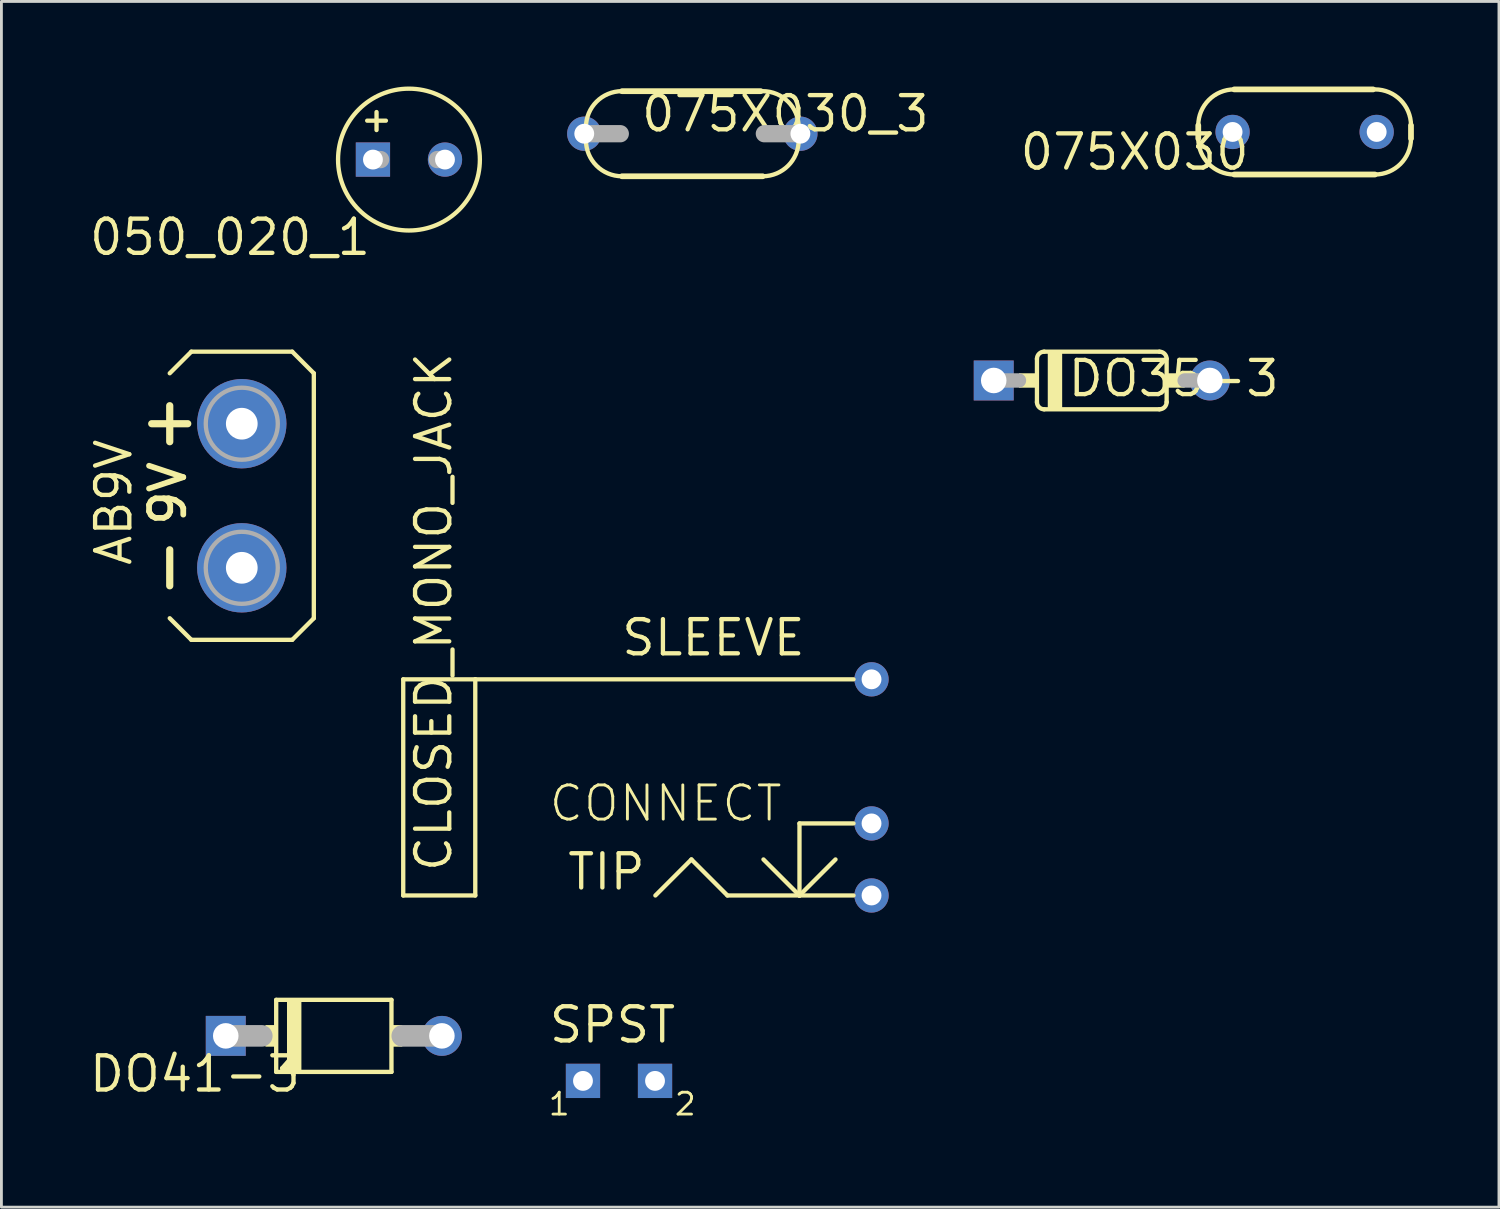
<source format=kicad_pcb>
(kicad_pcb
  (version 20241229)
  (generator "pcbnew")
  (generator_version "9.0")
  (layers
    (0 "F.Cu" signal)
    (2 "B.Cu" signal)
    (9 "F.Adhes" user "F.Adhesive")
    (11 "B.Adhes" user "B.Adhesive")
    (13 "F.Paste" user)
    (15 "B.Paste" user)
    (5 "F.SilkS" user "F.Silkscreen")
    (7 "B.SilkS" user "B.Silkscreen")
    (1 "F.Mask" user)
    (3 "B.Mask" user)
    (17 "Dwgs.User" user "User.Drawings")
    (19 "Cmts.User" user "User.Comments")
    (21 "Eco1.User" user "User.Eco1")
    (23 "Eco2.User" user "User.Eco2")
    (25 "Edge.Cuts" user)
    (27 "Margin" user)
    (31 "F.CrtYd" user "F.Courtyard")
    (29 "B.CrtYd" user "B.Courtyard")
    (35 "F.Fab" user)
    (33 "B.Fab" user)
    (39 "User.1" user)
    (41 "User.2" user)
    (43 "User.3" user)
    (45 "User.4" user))
  (footprint "075X030"
    (layer "F.Cu")
    (at 42.945 1.602)
    (property "Reference" "075X030" (at -1.874 0 0) (layer "F.SilkS") (effects (font (size 1.206 1.206) (thickness 0.152)) (justify right top)))
    (attr through_hole)
    (fp_line (start -3.75 -0.23) (end -3.75 0.23) (stroke (width 0.203) (type solid)) (layer "F.SilkS"))
    (fp_line (start -2.48 1.5) (end 2.48 1.5) (stroke (width 0.203) (type solid)) (layer "F.SilkS"))
    (fp_line (start 2.413 -1.5) (end -2.48 -1.5) (stroke (width 0.203) (type solid)) (layer "F.SilkS"))
    (fp_line (start 3.75 0.23) (end 3.75 -0.23) (stroke (width 0.203) (type solid)) (layer "F.SilkS"))
    (fp_arc (start -3.750001 -0.229999) (mid -3.378026 -1.128025) (end -2.48 -1.5) (stroke (width 0.1524) (type solid)) (layer "F.SilkS"))
    (fp_arc (start -2.479999 1.499999) (mid -3.378025 1.128025) (end -3.75 0.23) (stroke (width 0.1524) (type solid)) (layer "F.SilkS"))
    (fp_arc (start 2.479999 -1.499999) (mid 3.378025 -1.128025) (end 3.75 -0.23) (stroke (width 0.1524) (type solid)) (layer "F.SilkS"))
    (fp_arc (start 3.750001 0.229999) (mid 3.378026 1.128025) (end 2.48 1.5) (stroke (width 0.1524) (type solid)) (layer "F.SilkS"))
    (fp_line (start -2.54 0) (end -2.565 0) (stroke (width 0.61) (type solid)) (layer "F.Fab"))
    (fp_line (start 2.54 0) (end 2.565 0) (stroke (width 0.61) (type solid)) (layer "F.Fab"))
    (pad "1" thru_hole circle (at -2.54 0) (size 1.208 1.208) (drill 0.7) (layers "*.Cu" "*.Mask"))
    (pad "2" thru_hole circle (at 2.54 0) (size 1.208 1.208) (drill 0.7) (layers "*.Cu" "*.Mask")))
  (footprint "050_020_1"
    (layer "F.Cu")
    (at 11.368 2.576)
    (property "Reference" "050_020_1" (at -1.27 2.032 0) (layer "F.SilkS") (effects (font (size 1.206 1.206) (thickness 0.152)) (justify right top)))
    (attr through_hole)
    (fp_line (start -1.143 -1.676) (end -1.143 -1.041) (stroke (width 0.152) (type solid)) (layer "F.SilkS"))
    (fp_line (start -0.813 -1.372) (end -1.473 -1.372) (stroke (width 0.152) (type solid)) (layer "F.SilkS"))
    (fp_circle (center 0 0) (end 2.5 0) (stroke (width 0.152) (type solid)) (fill no) (layer "F.SilkS"))
    (fp_line (start -1 0) (end -1.25 0) (stroke (width 0.61) (type solid)) (layer "F.Fab"))
    (fp_line (start 1 0) (end 1.25 0) (stroke (width 0.61) (type solid)) (layer "F.Fab"))
    (pad "+" thru_hole rect (at -1.27 0) (size 1.208 1.208) (drill 0.7) (layers "*.Cu" "*.Mask"))
    (pad "-" thru_hole circle (at 1.27 0) (size 1.208 1.208) (drill 0.7) (layers "*.Cu" "*.Mask")))
  (footprint "075X030_3"
    (layer "F.Cu")
    (at 21.358 1.664)
    (property "Reference" "075X030_3" (at -1.874 0 0) (layer "F.SilkS") (effects (font (size 1.206 1.206) (thickness 0.152)) (justify left bottom)))
    (attr through_hole)
    (fp_line (start -3.75 -0.23) (end -3.75 0.23) (stroke (width 0.203) (type solid)) (layer "F.SilkS"))
    (fp_line (start -2.48 1.5) (end 2.48 1.5) (stroke (width 0.203) (type solid)) (layer "F.SilkS"))
    (fp_line (start 2.413 -1.5) (end -2.48 -1.5) (stroke (width 0.203) (type solid)) (layer "F.SilkS"))
    (fp_line (start 3.75 0.23) (end 3.75 -0.23) (stroke (width 0.203) (type solid)) (layer "F.SilkS"))
    (fp_arc (start -3.750001 -0.229999) (mid -3.378026 -1.128025) (end -2.48 -1.5) (stroke (width 0.1524) (type solid)) (layer "F.SilkS"))
    (fp_arc (start -2.479999 1.499999) (mid -3.378025 1.128025) (end -3.75 0.23) (stroke (width 0.1524) (type solid)) (layer "F.SilkS"))
    (fp_arc (start 2.479999 -1.499999) (mid 3.378025 -1.128025) (end 3.75 -0.23) (stroke (width 0.1524) (type solid)) (layer "F.SilkS"))
    (fp_arc (start 3.750001 0.229999) (mid 3.378026 1.128025) (end 2.48 1.5) (stroke (width 0.1524) (type solid)) (layer "F.SilkS"))
    (fp_line (start -2.54 0) (end -3.835 0) (stroke (width 0.61) (type solid)) (layer "F.Fab"))
    (fp_line (start 2.54 0) (end 3.835 0) (stroke (width 0.61) (type solid)) (layer "F.Fab"))
    (pad "1" thru_hole circle (at -3.81 0) (size 1.208 1.208) (drill 0.7) (layers "*.Cu" "*.Mask"))
    (pad "2" thru_hole circle (at 3.81 0) (size 1.208 1.208) (drill 0.7) (layers "*.Cu" "*.Mask")))
  (footprint "AB9V"
    (layer "F.Cu")
    (at 5.474 14.428)
    (property "Reference" "AB9V" (at -3.81 2.54 90) (layer "F.SilkS") (effects (font (size 1.206 1.206) (thickness 0.152)) (justify left bottom)))
    (attr through_hole)
    (fp_line (start -2.54 -4.318) (end -1.778 -5.08) (stroke (width 0.152) (type solid)) (layer "F.SilkS"))
    (fp_line (start -2.54 -1.905) (end -2.54 -3.175) (stroke (width 0.254) (type solid)) (layer "F.SilkS"))
    (fp_line (start -2.54 3.175) (end -2.54 1.905) (stroke (width 0.254) (type solid)) (layer "F.SilkS"))
    (fp_line (start -2.54 4.318) (end -1.778 5.08) (stroke (width 0.152) (type solid)) (layer "F.SilkS"))
    (fp_line (start -1.905 -2.54) (end -3.175 -2.54) (stroke (width 0.254) (type solid)) (layer "F.SilkS"))
    (fp_line (start -1.778 -5.08) (end 1.778 -5.08) (stroke (width 0.152) (type solid)) (layer "F.SilkS"))
    (fp_line (start 1.778 5.08) (end -1.778 5.08) (stroke (width 0.152) (type solid)) (layer "F.SilkS"))
    (fp_line (start 1.778 5.08) (end 2.54 4.318) (stroke (width 0.152) (type solid)) (layer "F.SilkS"))
    (fp_line (start 2.54 -4.318) (end 1.778 -5.08) (stroke (width 0.152) (type solid)) (layer "F.SilkS"))
    (fp_line (start 2.54 -4.318) (end 2.54 4.318) (stroke (width 0.152) (type solid)) (layer "F.SilkS"))
    (fp_circle (center 0 -2.54) (end 1.27 -2.54) (stroke (width 0.152) (type solid)) (fill no) (layer "F.Fab"))
    (fp_circle (center 0 2.54) (end 1.27 2.54) (stroke (width 0.152) (type solid)) (fill no) (layer "F.Fab"))
    (fp_text user "9V" (at -1.905 1.143 90) (layer "F.SilkS") (effects (font (size 1.206 1.206) (thickness 0.203)) (justify left bottom)))
    (pad "+" thru_hole circle (at 0 -2.54) (size 3.15 3.15) (drill 1.118) (layers "*.Cu" "*.Mask"))
    (pad "-" thru_hole circle (at 0 2.54) (size 3.15 3.15) (drill 1.118) (layers "*.Cu" "*.Mask")))
  (footprint "DO41-3"
    (layer "F.Cu")
    (at 8.719 33.47)
    (property "Reference" "DO41-3" (at -1.092 0.635 0) (layer "F.SilkS") (effects (font (size 1.206 1.206) (thickness 0.152)) (justify right top)))
    (attr through_hole)
    (fp_line (start -2.032 -1.27) (end -2.032 1.27) (stroke (width 0.152) (type solid)) (layer "F.SilkS"))
    (fp_line (start -2.032 -1.27) (end 2.032 -1.27) (stroke (width 0.152) (type solid)) (layer "F.SilkS"))
    (fp_line (start 2.032 1.27) (end -2.032 1.27) (stroke (width 0.152) (type solid)) (layer "F.SilkS"))
    (fp_line (start 2.032 1.27) (end 2.032 -1.27) (stroke (width 0.152) (type solid)) (layer "F.SilkS"))
    (fp_poly (pts (xy -2.413 0.381) (xy -2.032 0.381) (xy -2.032 -0.381) (xy -2.413 -0.381)) (stroke (width 0) (type solid)) (fill yes) (layer "F.SilkS"))
    (fp_poly (pts (xy -1.651 1.27) (xy -1.143 1.27) (xy -1.143 -1.27) (xy -1.651 -1.27)) (stroke (width 0) (type solid)) (fill yes) (layer "F.SilkS"))
    (fp_poly (pts (xy 2.032 0.381) (xy 2.413 0.381) (xy 2.413 -0.381) (xy 2.032 -0.381)) (stroke (width 0) (type solid)) (fill yes) (layer "F.SilkS"))
    (fp_line (start -3.81 0) (end -2.54 0) (stroke (width 0.762) (type solid)) (layer "F.Fab"))
    (fp_line (start 3.81 0) (end 2.413 0) (stroke (width 0.762) (type solid)) (layer "F.Fab"))
    (pad "A" thru_hole circle (at 3.81 0) (size 1.408 1.408) (drill 0.9) (layers "*.Cu" "*.Mask"))
    (pad "C" thru_hole rect (at -3.81 0) (size 1.408 1.408) (drill 0.9) (layers "*.Cu" "*.Mask")))
  (footprint "DO35-3"
    (layer "F.Cu")
    (at 35.794 10.364)
    (property "Reference" "DO35-3" (at -1.27 0.635 0) (layer "F.SilkS") (effects (font (size 1.206 1.206) (thickness 0.152)) (justify left bottom)))
    (attr through_hole)
    (fp_line (start -2.286 -0.762) (end -2.286 0.762) (stroke (width 0.152) (type solid)) (layer "F.SilkS"))
    (fp_line (start -2.032 -1.016) (end 2.032 -1.016) (stroke (width 0.152) (type solid)) (layer "F.SilkS"))
    (fp_line (start -2.032 1.016) (end 2.032 1.016) (stroke (width 0.152) (type solid)) (layer "F.SilkS"))
    (fp_line (start 2.286 -0.762) (end 2.286 0.762) (stroke (width 0.152) (type solid)) (layer "F.SilkS"))
    (fp_arc (start -2.286 -0.762) (mid -2.211605 -0.941605) (end -2.032 -1.016) (stroke (width 0.1524) (type solid)) (layer "F.SilkS"))
    (fp_arc (start -2.032 1.016) (mid -2.211605 0.941605) (end -2.286 0.762) (stroke (width 0.1524) (type solid)) (layer "F.SilkS"))
    (fp_arc (start 2.032 -1.016) (mid 2.211605 -0.941605) (end 2.286 -0.762) (stroke (width 0.1524) (type solid)) (layer "F.SilkS"))
    (fp_arc (start 2.286 0.762) (mid 2.211605 0.941605) (end 2.032 1.016) (stroke (width 0.1524) (type solid)) (layer "F.SilkS"))
    (fp_poly (pts (xy -2.921 0.254) (xy -2.286 0.254) (xy -2.286 -0.254) (xy -2.921 -0.254)) (stroke (width 0) (type solid)) (fill yes) (layer "F.SilkS"))
    (fp_poly (pts (xy -1.905 1.016) (xy -1.397 1.016) (xy -1.397 -1.016) (xy -1.905 -1.016)) (stroke (width 0) (type solid)) (fill yes) (layer "F.SilkS"))
    (fp_poly (pts (xy 2.286 0.254) (xy 2.921 0.254) (xy 2.921 -0.254) (xy 2.286 -0.254)) (stroke (width 0) (type solid)) (fill yes) (layer "F.SilkS"))
    (fp_line (start -3.81 0) (end -2.921 0) (stroke (width 0.508) (type solid)) (layer "F.Fab"))
    (fp_line (start 3.81 0) (end 2.921 0) (stroke (width 0.508) (type solid)) (layer "F.Fab"))
    (pad "A" thru_hole circle (at 3.81 0) (size 1.408 1.408) (drill 0.9) (layers "*.Cu" "*.Mask"))
    (pad "C" thru_hole rect (at -3.81 0) (size 1.408 1.408) (drill 0.9) (layers "*.Cu" "*.Mask")))
  (footprint "CLOSED_MONO_JACK"
    (layer "F.Cu")
    (at 20.056 24.71)
    (property "Reference" "CLOSED_MONO_JACK" (at -7.112 3.048 90) (layer "F.SilkS") (effects (font (size 1.206 1.206) (thickness 0.152)) (justify left bottom)))
    (attr through_hole)
    (fp_line (start -8.89 -3.81) (end -6.35 -3.81) (stroke (width 0.152) (type solid)) (layer "F.SilkS"))
    (fp_line (start -8.89 3.81) (end -8.89 -3.81) (stroke (width 0.152) (type solid)) (layer "F.SilkS"))
    (fp_line (start -6.35 -3.81) (end -6.35 3.81) (stroke (width 0.152) (type solid)) (layer "F.SilkS"))
    (fp_line (start -6.35 -3.81) (end 6.985 -3.81) (stroke (width 0.152) (type solid)) (layer "F.SilkS"))
    (fp_line (start -6.35 3.81) (end -8.89 3.81) (stroke (width 0.152) (type solid)) (layer "F.SilkS"))
    (fp_line (start 0 3.81) (end 1.27 2.54) (stroke (width 0.152) (type solid)) (layer "F.SilkS"))
    (fp_line (start 1.27 2.54) (end 2.54 3.81) (stroke (width 0.152) (type solid)) (layer "F.SilkS"))
    (fp_line (start 2.54 3.81) (end 5.08 3.81) (stroke (width 0.152) (type solid)) (layer "F.SilkS"))
    (fp_line (start 3.81 2.54) (end 5.08 3.81) (stroke (width 0.152) (type solid)) (layer "F.SilkS"))
    (fp_line (start 5.08 1.27) (end 6.985 1.27) (stroke (width 0.152) (type solid)) (layer "F.SilkS"))
    (fp_line (start 5.08 3.81) (end 5.08 1.27) (stroke (width 0.152) (type solid)) (layer "F.SilkS"))
    (fp_line (start 5.08 3.81) (end 6.35 2.54) (stroke (width 0.152) (type solid)) (layer "F.SilkS"))
    (fp_line (start 5.08 3.81) (end 6.985 3.81) (stroke (width 0.152) (type solid)) (layer "F.SilkS"))
    (fp_text user "TIP" (at -3.175 3.683 0) (layer "F.SilkS") (effects (font (size 1.206 1.206) (thickness 0.152)) (justify left bottom)))
    (fp_text user "SLEEVE" (at -1.27 -4.572 0) (layer "F.SilkS") (effects (font (size 1.206 1.206) (thickness 0.152)) (justify left bottom)))
    (fp_text user "CONNECT" (at -3.81 1.27 0) (layer "F.SilkS") (effects (font (size 1.206 1.206) (thickness 0.102)) (justify left bottom)))
    (pad "CONNECT" thru_hole circle (at 7.62 1.27) (size 1.208 1.208) (drill 0.7) (layers "*.Cu" "*.Mask"))
    (pad "SLEEVE" thru_hole circle (at 7.62 -3.81) (size 1.208 1.208) (drill 0.7) (layers "*.Cu" "*.Mask"))
    (pad "TIP" thru_hole circle (at 7.62 3.81) (size 1.208 1.208) (drill 0.7) (layers "*.Cu" "*.Mask")))
  (footprint "SPST"
    (layer "F.Cu")
    (at 18.773 35.057)
    (property "Reference" "SPST" (at -2.54 -1.27 0) (layer "F.SilkS") (effects (font (size 1.206 1.206) (thickness 0.152)) (justify left bottom)))
    (attr through_hole)
    (fp_text user "1" (at -2.54 1.27 0) (layer "F.SilkS") (effects (font (size 0.772 0.772) (thickness 0.098)) (justify left bottom)))
    (fp_text user "2" (at 1.905 1.27 0) (layer "F.SilkS") (effects (font (size 0.772 0.772) (thickness 0.098)) (justify left bottom)))
    (pad "1" thru_hole rect (at -1.27 0) (size 1.208 1.208) (drill 0.7) (layers "*.Cu" "*.Mask"))
    (pad "2" thru_hole rect (at 1.27 0) (size 1.208 1.208) (drill 0.7) (layers "*.Cu" "*.Mask")))
  (gr_rect
    (start -3 -3)
    (end 49.796 39.508)
    (stroke (width 0.1) (type default))
    (fill no)
    (layer "Edge.Cuts")))
</source>
